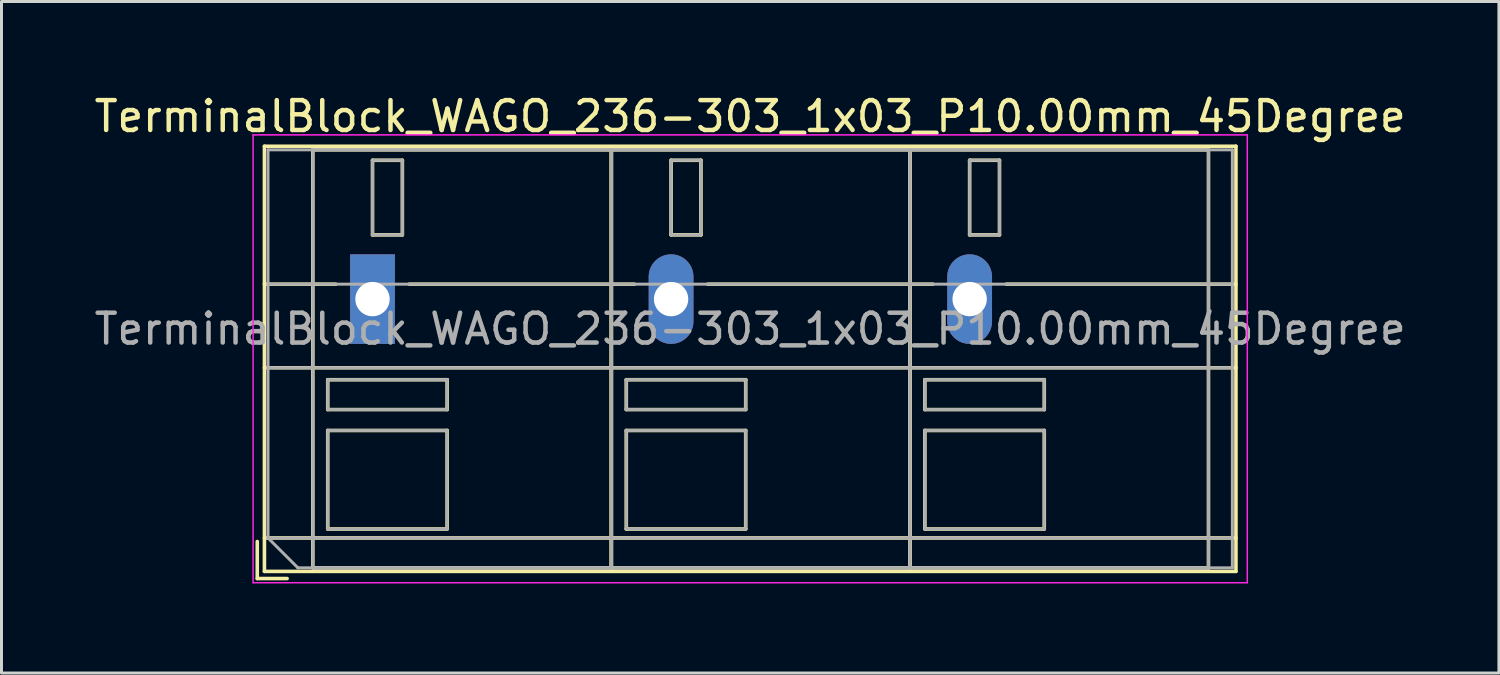
<source format=kicad_pcb>
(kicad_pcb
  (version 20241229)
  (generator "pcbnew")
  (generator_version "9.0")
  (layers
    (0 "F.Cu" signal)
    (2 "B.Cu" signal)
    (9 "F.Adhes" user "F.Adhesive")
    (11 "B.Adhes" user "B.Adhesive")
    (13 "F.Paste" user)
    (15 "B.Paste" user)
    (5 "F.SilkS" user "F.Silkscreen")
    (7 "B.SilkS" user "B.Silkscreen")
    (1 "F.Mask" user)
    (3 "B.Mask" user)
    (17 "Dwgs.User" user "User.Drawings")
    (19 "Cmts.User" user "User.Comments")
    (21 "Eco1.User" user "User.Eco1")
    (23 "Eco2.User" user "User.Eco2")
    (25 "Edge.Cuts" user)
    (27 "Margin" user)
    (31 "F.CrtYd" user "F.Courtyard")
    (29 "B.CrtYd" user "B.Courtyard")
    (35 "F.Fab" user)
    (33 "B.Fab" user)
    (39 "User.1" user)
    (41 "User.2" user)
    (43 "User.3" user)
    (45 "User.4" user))
  (footprint "TerminalBlock_WAGO_236-303_1x03_P10.00mm_45Degree"
    (layer "F.Cu")
    (at 9.427 6.968)
    (property "Reference" "TerminalBlock_WAGO_236-303_1x03_P10.00mm_45Degree" (at 12.65 -6.12 0) (layer "F.SilkS") (effects (font (size 1 1) (thickness 0.15))))
    (attr through_hole)
    (fp_line (start -3.86 8.12) (end -3.86 9.36) (stroke (width 0.12) (type solid)) (layer "F.SilkS"))
    (fp_line (start -3.86 9.36) (end -2.86 9.36) (stroke (width 0.12) (type solid)) (layer "F.SilkS"))
    (fp_line (start -3.62 -5.12) (end -3.62 9.12) (stroke (width 0.12) (type solid)) (layer "F.SilkS"))
    (fp_line (start -3.62 -5.12) (end 28.92 -5.12) (stroke (width 0.12) (type solid)) (layer "F.SilkS"))
    (fp_line (start -3.62 -0.5) (end -1.23 -0.5) (stroke (width 0.12) (type solid)) (layer "F.SilkS"))
    (fp_line (start -3.62 2.3) (end 28.92 2.3) (stroke (width 0.12) (type solid)) (layer "F.SilkS"))
    (fp_line (start -3.62 8) (end 28.92 8) (stroke (width 0.12) (type solid)) (layer "F.SilkS"))
    (fp_line (start -3.62 9.12) (end 28.92 9.12) (stroke (width 0.12) (type solid)) (layer "F.SilkS"))
    (fp_line (start -2 -5) (end -2 9) (stroke (width 0.12) (type solid)) (layer "F.SilkS"))
    (fp_line (start -2 -5) (end 8 -5) (stroke (width 0.12) (type solid)) (layer "F.SilkS"))
    (fp_line (start -2 9) (end 8 9) (stroke (width 0.12) (type solid)) (layer "F.SilkS"))
    (fp_line (start -1.5 2.7) (end -1.5 3.7) (stroke (width 0.12) (type solid)) (layer "F.SilkS"))
    (fp_line (start -1.5 2.7) (end 2.5 2.7) (stroke (width 0.12) (type solid)) (layer "F.SilkS"))
    (fp_line (start -1.5 3.7) (end 2.5 3.7) (stroke (width 0.12) (type solid)) (layer "F.SilkS"))
    (fp_line (start -1.5 4.4) (end -1.5 7.7) (stroke (width 0.12) (type solid)) (layer "F.SilkS"))
    (fp_line (start -1.5 4.4) (end 2.5 4.4) (stroke (width 0.12) (type solid)) (layer "F.SilkS"))
    (fp_line (start -1.5 7.7) (end 2.5 7.7) (stroke (width 0.12) (type solid)) (layer "F.SilkS"))
    (fp_line (start 0 -4.65) (end 0 -2.151) (stroke (width 0.12) (type solid)) (layer "F.SilkS"))
    (fp_line (start 0 -4.65) (end 1 -4.65) (stroke (width 0.12) (type solid)) (layer "F.SilkS"))
    (fp_line (start 0 -2.151) (end 1 -2.151) (stroke (width 0.12) (type solid)) (layer "F.SilkS"))
    (fp_line (start 1 -4.65) (end 1 -2.151) (stroke (width 0.12) (type solid)) (layer "F.SilkS"))
    (fp_line (start 1.23 -0.5) (end 8.77 -0.5) (stroke (width 0.12) (type solid)) (layer "F.SilkS"))
    (fp_line (start 2.5 2.7) (end 2.5 3.7) (stroke (width 0.12) (type solid)) (layer "F.SilkS"))
    (fp_line (start 2.5 4.4) (end 2.5 7.7) (stroke (width 0.12) (type solid)) (layer "F.SilkS"))
    (fp_line (start 8 -5) (end 8 9) (stroke (width 0.12) (type solid)) (layer "F.SilkS"))
    (fp_line (start 8 -5) (end 8 9) (stroke (width 0.12) (type solid)) (layer "F.SilkS"))
    (fp_line (start 8 -5) (end 18 -5) (stroke (width 0.12) (type solid)) (layer "F.SilkS"))
    (fp_line (start 8 9) (end 18 9) (stroke (width 0.12) (type solid)) (layer "F.SilkS"))
    (fp_line (start 8.5 2.7) (end 8.5 3.7) (stroke (width 0.12) (type solid)) (layer "F.SilkS"))
    (fp_line (start 8.5 2.7) (end 12.5 2.7) (stroke (width 0.12) (type solid)) (layer "F.SilkS"))
    (fp_line (start 8.5 3.7) (end 12.5 3.7) (stroke (width 0.12) (type solid)) (layer "F.SilkS"))
    (fp_line (start 8.5 4.4) (end 8.5 7.7) (stroke (width 0.12) (type solid)) (layer "F.SilkS"))
    (fp_line (start 8.5 4.4) (end 12.5 4.4) (stroke (width 0.12) (type solid)) (layer "F.SilkS"))
    (fp_line (start 8.5 7.7) (end 12.5 7.7) (stroke (width 0.12) (type solid)) (layer "F.SilkS"))
    (fp_line (start 10 -4.65) (end 10 -2.151) (stroke (width 0.12) (type solid)) (layer "F.SilkS"))
    (fp_line (start 10 -4.65) (end 11 -4.65) (stroke (width 0.12) (type solid)) (layer "F.SilkS"))
    (fp_line (start 10 -2.151) (end 11 -2.151) (stroke (width 0.12) (type solid)) (layer "F.SilkS"))
    (fp_line (start 11 -4.65) (end 11 -2.151) (stroke (width 0.12) (type solid)) (layer "F.SilkS"))
    (fp_line (start 11.23 -0.5) (end 18.77 -0.5) (stroke (width 0.12) (type solid)) (layer "F.SilkS"))
    (fp_line (start 12.5 2.7) (end 12.5 3.7) (stroke (width 0.12) (type solid)) (layer "F.SilkS"))
    (fp_line (start 12.5 4.4) (end 12.5 7.7) (stroke (width 0.12) (type solid)) (layer "F.SilkS"))
    (fp_line (start 18 -5) (end 18 9) (stroke (width 0.12) (type solid)) (layer "F.SilkS"))
    (fp_line (start 18 -5) (end 18 9) (stroke (width 0.12) (type solid)) (layer "F.SilkS"))
    (fp_line (start 18 -5) (end 28 -5) (stroke (width 0.12) (type solid)) (layer "F.SilkS"))
    (fp_line (start 18 9) (end 28 9) (stroke (width 0.12) (type solid)) (layer "F.SilkS"))
    (fp_line (start 18.5 2.7) (end 18.5 3.7) (stroke (width 0.12) (type solid)) (layer "F.SilkS"))
    (fp_line (start 18.5 2.7) (end 22.5 2.7) (stroke (width 0.12) (type solid)) (layer "F.SilkS"))
    (fp_line (start 18.5 3.7) (end 22.5 3.7) (stroke (width 0.12) (type solid)) (layer "F.SilkS"))
    (fp_line (start 18.5 4.4) (end 18.5 7.7) (stroke (width 0.12) (type solid)) (layer "F.SilkS"))
    (fp_line (start 18.5 4.4) (end 22.5 4.4) (stroke (width 0.12) (type solid)) (layer "F.SilkS"))
    (fp_line (start 18.5 7.7) (end 22.5 7.7) (stroke (width 0.12) (type solid)) (layer "F.SilkS"))
    (fp_line (start 20 -4.65) (end 20 -2.151) (stroke (width 0.12) (type solid)) (layer "F.SilkS"))
    (fp_line (start 20 -4.65) (end 21 -4.65) (stroke (width 0.12) (type solid)) (layer "F.SilkS"))
    (fp_line (start 20 -2.151) (end 21 -2.151) (stroke (width 0.12) (type solid)) (layer "F.SilkS"))
    (fp_line (start 21 -4.65) (end 21 -2.151) (stroke (width 0.12) (type solid)) (layer "F.SilkS"))
    (fp_line (start 21.23 -0.5) (end 28.92 -0.5) (stroke (width 0.12) (type solid)) (layer "F.SilkS"))
    (fp_line (start 22.5 2.7) (end 22.5 3.7) (stroke (width 0.12) (type solid)) (layer "F.SilkS"))
    (fp_line (start 22.5 4.4) (end 22.5 7.7) (stroke (width 0.12) (type solid)) (layer "F.SilkS"))
    (fp_line (start 28 -5) (end 28 9) (stroke (width 0.12) (type solid)) (layer "F.SilkS"))
    (fp_line (start 28.92 -5.12) (end 28.92 9.12) (stroke (width 0.12) (type solid)) (layer "F.SilkS"))
    (fp_line (start -4 -5.5) (end -4 9.5) (stroke (width 0.05) (type solid)) (layer "F.CrtYd"))
    (fp_line (start -4 9.5) (end 29.3 9.5) (stroke (width 0.05) (type solid)) (layer "F.CrtYd"))
    (fp_line (start 29.3 -5.5) (end -4 -5.5) (stroke (width 0.05) (type solid)) (layer "F.CrtYd"))
    (fp_line (start 29.3 9.5) (end 29.3 -5.5) (stroke (width 0.05) (type solid)) (layer "F.CrtYd"))
    (fp_line (start -3.5 -5) (end 28.8 -5) (stroke (width 0.1) (type solid)) (layer "F.Fab"))
    (fp_line (start -3.5 -0.5) (end 28.8 -0.5) (stroke (width 0.1) (type solid)) (layer "F.Fab"))
    (fp_line (start -3.5 2.3) (end 28.8 2.3) (stroke (width 0.1) (type solid)) (layer "F.Fab"))
    (fp_line (start -3.5 8) (end -3.5 -5) (stroke (width 0.1) (type solid)) (layer "F.Fab"))
    (fp_line (start -3.5 8) (end 28.8 8) (stroke (width 0.1) (type solid)) (layer "F.Fab"))
    (fp_line (start -2.5 9) (end -3.5 8) (stroke (width 0.1) (type solid)) (layer "F.Fab"))
    (fp_line (start -2 -5) (end -2 9) (stroke (width 0.1) (type solid)) (layer "F.Fab"))
    (fp_line (start -2 9) (end 8 9) (stroke (width 0.1) (type solid)) (layer "F.Fab"))
    (fp_line (start -1.5 2.7) (end -1.5 3.7) (stroke (width 0.1) (type solid)) (layer "F.Fab"))
    (fp_line (start -1.5 3.7) (end 2.5 3.7) (stroke (width 0.1) (type solid)) (layer "F.Fab"))
    (fp_line (start -1.5 4.4) (end -1.5 7.7) (stroke (width 0.1) (type solid)) (layer "F.Fab"))
    (fp_line (start -1.5 7.7) (end 2.5 7.7) (stroke (width 0.1) (type solid)) (layer "F.Fab"))
    (fp_line (start 0 -4.65) (end 0 -2.15) (stroke (width 0.1) (type solid)) (layer "F.Fab"))
    (fp_line (start 0 -2.15) (end 1 -2.15) (stroke (width 0.1) (type solid)) (layer "F.Fab"))
    (fp_line (start 1 -4.65) (end 0 -4.65) (stroke (width 0.1) (type solid)) (layer "F.Fab"))
    (fp_line (start 1 -2.15) (end 1 -4.65) (stroke (width 0.1) (type solid)) (layer "F.Fab"))
    (fp_line (start 2.5 2.7) (end -1.5 2.7) (stroke (width 0.1) (type solid)) (layer "F.Fab"))
    (fp_line (start 2.5 3.7) (end 2.5 2.7) (stroke (width 0.1) (type solid)) (layer "F.Fab"))
    (fp_line (start 2.5 4.4) (end -1.5 4.4) (stroke (width 0.1) (type solid)) (layer "F.Fab"))
    (fp_line (start 2.5 7.7) (end 2.5 4.4) (stroke (width 0.1) (type solid)) (layer "F.Fab"))
    (fp_line (start 8 -5) (end -2 -5) (stroke (width 0.1) (type solid)) (layer "F.Fab"))
    (fp_line (start 8 -5) (end 8 9) (stroke (width 0.1) (type solid)) (layer "F.Fab"))
    (fp_line (start 8 9) (end 8 -5) (stroke (width 0.1) (type solid)) (layer "F.Fab"))
    (fp_line (start 8 9) (end 18 9) (stroke (width 0.1) (type solid)) (layer "F.Fab"))
    (fp_line (start 8.5 2.7) (end 8.5 3.7) (stroke (width 0.1) (type solid)) (layer "F.Fab"))
    (fp_line (start 8.5 3.7) (end 12.5 3.7) (stroke (width 0.1) (type solid)) (layer "F.Fab"))
    (fp_line (start 8.5 4.4) (end 8.5 7.7) (stroke (width 0.1) (type solid)) (layer "F.Fab"))
    (fp_line (start 8.5 7.7) (end 12.5 7.7) (stroke (width 0.1) (type solid)) (layer "F.Fab"))
    (fp_line (start 10 -4.65) (end 10 -2.15) (stroke (width 0.1) (type solid)) (layer "F.Fab"))
    (fp_line (start 10 -2.15) (end 11 -2.15) (stroke (width 0.1) (type solid)) (layer "F.Fab"))
    (fp_line (start 11 -4.65) (end 10 -4.65) (stroke (width 0.1) (type solid)) (layer "F.Fab"))
    (fp_line (start 11 -2.15) (end 11 -4.65) (stroke (width 0.1) (type solid)) (layer "F.Fab"))
    (fp_line (start 12.5 2.7) (end 8.5 2.7) (stroke (width 0.1) (type solid)) (layer "F.Fab"))
    (fp_line (start 12.5 3.7) (end 12.5 2.7) (stroke (width 0.1) (type solid)) (layer "F.Fab"))
    (fp_line (start 12.5 4.4) (end 8.5 4.4) (stroke (width 0.1) (type solid)) (layer "F.Fab"))
    (fp_line (start 12.5 7.7) (end 12.5 4.4) (stroke (width 0.1) (type solid)) (layer "F.Fab"))
    (fp_line (start 18 -5) (end 8 -5) (stroke (width 0.1) (type solid)) (layer "F.Fab"))
    (fp_line (start 18 -5) (end 18 9) (stroke (width 0.1) (type solid)) (layer "F.Fab"))
    (fp_line (start 18 9) (end 18 -5) (stroke (width 0.1) (type solid)) (layer "F.Fab"))
    (fp_line (start 18 9) (end 28 9) (stroke (width 0.1) (type solid)) (layer "F.Fab"))
    (fp_line (start 18.5 2.7) (end 18.5 3.7) (stroke (width 0.1) (type solid)) (layer "F.Fab"))
    (fp_line (start 18.5 3.7) (end 22.5 3.7) (stroke (width 0.1) (type solid)) (layer "F.Fab"))
    (fp_line (start 18.5 4.4) (end 18.5 7.7) (stroke (width 0.1) (type solid)) (layer "F.Fab"))
    (fp_line (start 18.5 7.7) (end 22.5 7.7) (stroke (width 0.1) (type solid)) (layer "F.Fab"))
    (fp_line (start 20 -4.65) (end 20 -2.15) (stroke (width 0.1) (type solid)) (layer "F.Fab"))
    (fp_line (start 20 -2.15) (end 21 -2.15) (stroke (width 0.1) (type solid)) (layer "F.Fab"))
    (fp_line (start 21 -4.65) (end 20 -4.65) (stroke (width 0.1) (type solid)) (layer "F.Fab"))
    (fp_line (start 21 -2.15) (end 21 -4.65) (stroke (width 0.1) (type solid)) (layer "F.Fab"))
    (fp_line (start 22.5 2.7) (end 18.5 2.7) (stroke (width 0.1) (type solid)) (layer "F.Fab"))
    (fp_line (start 22.5 3.7) (end 22.5 2.7) (stroke (width 0.1) (type solid)) (layer "F.Fab"))
    (fp_line (start 22.5 4.4) (end 18.5 4.4) (stroke (width 0.1) (type solid)) (layer "F.Fab"))
    (fp_line (start 22.5 7.7) (end 22.5 4.4) (stroke (width 0.1) (type solid)) (layer "F.Fab"))
    (fp_line (start 28 -5) (end 18 -5) (stroke (width 0.1) (type solid)) (layer "F.Fab"))
    (fp_line (start 28 9) (end 28 -5) (stroke (width 0.1) (type solid)) (layer "F.Fab"))
    (fp_line (start 28.8 -5) (end 28.8 9) (stroke (width 0.1) (type solid)) (layer "F.Fab"))
    (fp_line (start 28.8 9) (end -2.5 9) (stroke (width 0.1) (type solid)) (layer "F.Fab"))
    (fp_text user "${REFERENCE}" (at 12.65 1 0) (layer "F.Fab") (effects (font (size 1 1) (thickness 0.15))))
    (pad "1" thru_hole rect (at 0 0) (size 1.5 3) (drill 1.15) (layers "*.Cu" "*.Mask"))
    (pad "2" thru_hole oval (at 10 0) (size 1.5 3) (drill 1.15) (layers "*.Cu" "*.Mask"))
    (pad "3" thru_hole oval (at 20 0) (size 1.5 3) (drill 1.15) (layers "*.Cu" "*.Mask")))
  (gr_rect
    (start -3 -3)
    (end 47.155 19.493)
    (stroke (width 0.1) (type default))
    (fill no)
    (layer "Edge.Cuts")))
</source>
